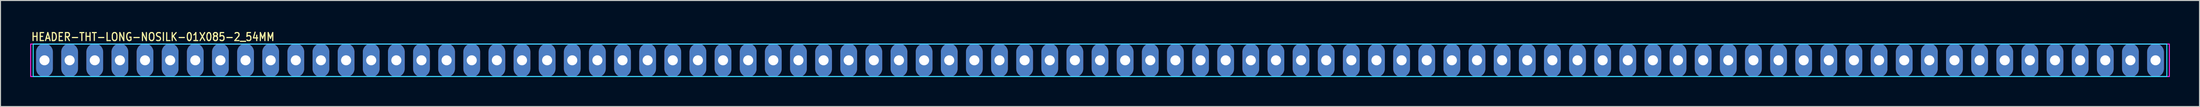
<source format=kicad_pcb>
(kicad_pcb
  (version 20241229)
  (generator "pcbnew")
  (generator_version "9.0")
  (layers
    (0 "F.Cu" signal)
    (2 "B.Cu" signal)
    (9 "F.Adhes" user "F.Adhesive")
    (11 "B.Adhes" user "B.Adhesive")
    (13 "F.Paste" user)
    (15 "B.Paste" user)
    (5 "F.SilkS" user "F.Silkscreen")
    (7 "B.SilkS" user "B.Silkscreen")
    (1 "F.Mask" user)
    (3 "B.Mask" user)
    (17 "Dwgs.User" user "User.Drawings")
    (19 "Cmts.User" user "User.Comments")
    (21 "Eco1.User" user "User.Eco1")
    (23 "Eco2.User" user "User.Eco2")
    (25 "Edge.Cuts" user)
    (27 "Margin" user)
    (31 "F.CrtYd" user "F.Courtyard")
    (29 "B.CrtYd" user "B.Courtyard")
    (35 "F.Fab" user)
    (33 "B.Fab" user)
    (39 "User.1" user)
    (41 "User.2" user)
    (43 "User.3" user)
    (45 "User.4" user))
  (footprint "HEADER-THT-LONG-NOSILK-01X085-2_54MM"
    (layer "F.Cu")
    (at 1.447 3.079)
    (property "Reference" "HEADER-THT-LONG-NOSILK-01X085-2_54MM" (at -1.4 -1.9 0) (unlocked yes) (layer "F.SilkS") (effects (font (size 0.813 0.695) (thickness 0.122)) (justify left bottom)))
    (fp_poly (pts (xy -1.143 -1.651) (xy 214.503 -1.651) (xy 214.503 1.651) (xy -1.143 1.651)) (stroke (width 0.1) (type solid)) (fill no) (layer "B.CrtYd"))
    (fp_poly (pts (xy -1.397 -1.651) (xy 214.757 -1.651) (xy 214.757 1.651) (xy -1.397 1.651)) (stroke (width 0.1) (type solid)) (fill no) (layer "F.CrtYd"))
    (pad "1" thru_hole oval (at 0 0 90) (size 3.387 1.693) (drill 1.016) (layers "*.Cu" "*.Mask"))
    (pad "2" thru_hole oval (at 2.54 0 90) (size 3.387 1.693) (drill 1.016) (layers "*.Cu" "*.Mask"))
    (pad "3" thru_hole oval (at 5.08 0 90) (size 3.387 1.693) (drill 1.016) (layers "*.Cu" "*.Mask"))
    (pad "4" thru_hole oval (at 7.62 0 90) (size 3.387 1.693) (drill 1.016) (layers "*.Cu" "*.Mask"))
    (pad "5" thru_hole oval (at 10.16 0 90) (size 3.387 1.693) (drill 1.016) (layers "*.Cu" "*.Mask"))
    (pad "6" thru_hole oval (at 12.7 0 90) (size 3.387 1.693) (drill 1.016) (layers "*.Cu" "*.Mask"))
    (pad "7" thru_hole oval (at 15.24 0 90) (size 3.387 1.693) (drill 1.016) (layers "*.Cu" "*.Mask"))
    (pad "8" thru_hole oval (at 17.78 0 90) (size 3.387 1.693) (drill 1.016) (layers "*.Cu" "*.Mask"))
    (pad "9" thru_hole oval (at 20.32 0 90) (size 3.387 1.693) (drill 1.016) (layers "*.Cu" "*.Mask"))
    (pad "10" thru_hole oval (at 22.86 0 90) (size 3.387 1.693) (drill 1.016) (layers "*.Cu" "*.Mask"))
    (pad "11" thru_hole oval (at 25.4 0 90) (size 3.387 1.693) (drill 1.016) (layers "*.Cu" "*.Mask"))
    (pad "12" thru_hole oval (at 27.94 0 90) (size 3.387 1.693) (drill 1.016) (layers "*.Cu" "*.Mask"))
    (pad "13" thru_hole oval (at 30.48 0 90) (size 3.387 1.693) (drill 1.016) (layers "*.Cu" "*.Mask"))
    (pad "14" thru_hole oval (at 33.02 0 90) (size 3.387 1.693) (drill 1.016) (layers "*.Cu" "*.Mask"))
    (pad "15" thru_hole oval (at 35.56 0 90) (size 3.387 1.693) (drill 1.016) (layers "*.Cu" "*.Mask"))
    (pad "16" thru_hole oval (at 38.1 0 90) (size 3.387 1.693) (drill 1.016) (layers "*.Cu" "*.Mask"))
    (pad "17" thru_hole oval (at 40.64 0 90) (size 3.387 1.693) (drill 1.016) (layers "*.Cu" "*.Mask"))
    (pad "18" thru_hole oval (at 43.18 0 90) (size 3.387 1.693) (drill 1.016) (layers "*.Cu" "*.Mask"))
    (pad "19" thru_hole oval (at 45.72 0 90) (size 3.387 1.693) (drill 1.016) (layers "*.Cu" "*.Mask"))
    (pad "20" thru_hole oval (at 48.26 0 90) (size 3.387 1.693) (drill 1.016) (layers "*.Cu" "*.Mask"))
    (pad "21" thru_hole oval (at 50.8 0 90) (size 3.387 1.693) (drill 1.016) (layers "*.Cu" "*.Mask"))
    (pad "22" thru_hole oval (at 53.34 0 90) (size 3.387 1.693) (drill 1.016) (layers "*.Cu" "*.Mask"))
    (pad "23" thru_hole oval (at 55.88 0 90) (size 3.387 1.693) (drill 1.016) (layers "*.Cu" "*.Mask"))
    (pad "24" thru_hole oval (at 58.42 0 90) (size 3.387 1.693) (drill 1.016) (layers "*.Cu" "*.Mask"))
    (pad "25" thru_hole oval (at 60.96 0 90) (size 3.387 1.693) (drill 1.016) (layers "*.Cu" "*.Mask"))
    (pad "26" thru_hole oval (at 63.5 0 90) (size 3.387 1.693) (drill 1.016) (layers "*.Cu" "*.Mask"))
    (pad "27" thru_hole oval (at 66.04 0 90) (size 3.387 1.693) (drill 1.016) (layers "*.Cu" "*.Mask"))
    (pad "28" thru_hole oval (at 68.58 0 90) (size 3.387 1.693) (drill 1.016) (layers "*.Cu" "*.Mask"))
    (pad "29" thru_hole oval (at 71.12 0 90) (size 3.387 1.693) (drill 1.016) (layers "*.Cu" "*.Mask"))
    (pad "30" thru_hole oval (at 73.66 0 90) (size 3.387 1.693) (drill 1.016) (layers "*.Cu" "*.Mask"))
    (pad "31" thru_hole oval (at 76.2 0 90) (size 3.387 1.693) (drill 1.016) (layers "*.Cu" "*.Mask"))
    (pad "32" thru_hole oval (at 78.74 0 90) (size 3.387 1.693) (drill 1.016) (layers "*.Cu" "*.Mask"))
    (pad "33" thru_hole oval (at 81.28 0 90) (size 3.387 1.693) (drill 1.016) (layers "*.Cu" "*.Mask"))
    (pad "34" thru_hole oval (at 83.82 0 90) (size 3.387 1.693) (drill 1.016) (layers "*.Cu" "*.Mask"))
    (pad "35" thru_hole oval (at 86.36 0 90) (size 3.387 1.693) (drill 1.016) (layers "*.Cu" "*.Mask"))
    (pad "36" thru_hole oval (at 88.9 0 90) (size 3.387 1.693) (drill 1.016) (layers "*.Cu" "*.Mask"))
    (pad "37" thru_hole oval (at 91.44 0 90) (size 3.387 1.693) (drill 1.016) (layers "*.Cu" "*.Mask"))
    (pad "38" thru_hole oval (at 93.98 0 90) (size 3.387 1.693) (drill 1.016) (layers "*.Cu" "*.Mask"))
    (pad "39" thru_hole oval (at 96.52 0 90) (size 3.387 1.693) (drill 1.016) (layers "*.Cu" "*.Mask"))
    (pad "40" thru_hole oval (at 99.06 0 90) (size 3.387 1.693) (drill 1.016) (layers "*.Cu" "*.Mask"))
    (pad "41" thru_hole oval (at 101.6 0 90) (size 3.387 1.693) (drill 1.016) (layers "*.Cu" "*.Mask"))
    (pad "42" thru_hole oval (at 104.14 0 90) (size 3.387 1.693) (drill 1.016) (layers "*.Cu" "*.Mask"))
    (pad "43" thru_hole oval (at 106.68 0 90) (size 3.387 1.693) (drill 1.016) (layers "*.Cu" "*.Mask"))
    (pad "44" thru_hole oval (at 109.22 0 90) (size 3.387 1.693) (drill 1.016) (layers "*.Cu" "*.Mask"))
    (pad "45" thru_hole oval (at 111.76 0 90) (size 3.387 1.693) (drill 1.016) (layers "*.Cu" "*.Mask"))
    (pad "46" thru_hole oval (at 114.3 0 90) (size 3.387 1.693) (drill 1.016) (layers "*.Cu" "*.Mask"))
    (pad "47" thru_hole oval (at 116.84 0 90) (size 3.387 1.693) (drill 1.016) (layers "*.Cu" "*.Mask"))
    (pad "48" thru_hole oval (at 119.38 0 90) (size 3.387 1.693) (drill 1.016) (layers "*.Cu" "*.Mask"))
    (pad "49" thru_hole oval (at 121.92 0 90) (size 3.387 1.693) (drill 1.016) (layers "*.Cu" "*.Mask"))
    (pad "50" thru_hole oval (at 124.46 0 90) (size 3.387 1.693) (drill 1.016) (layers "*.Cu" "*.Mask"))
    (pad "51" thru_hole oval (at 127 0 90) (size 3.387 1.693) (drill 1.016) (layers "*.Cu" "*.Mask"))
    (pad "52" thru_hole oval (at 129.54 0 90) (size 3.387 1.693) (drill 1.016) (layers "*.Cu" "*.Mask"))
    (pad "53" thru_hole oval (at 132.08 0 90) (size 3.387 1.693) (drill 1.016) (layers "*.Cu" "*.Mask"))
    (pad "54" thru_hole oval (at 134.62 0 90) (size 3.387 1.693) (drill 1.016) (layers "*.Cu" "*.Mask"))
    (pad "55" thru_hole oval (at 137.16 0 90) (size 3.387 1.693) (drill 1.016) (layers "*.Cu" "*.Mask"))
    (pad "56" thru_hole oval (at 139.7 0 90) (size 3.387 1.693) (drill 1.016) (layers "*.Cu" "*.Mask"))
    (pad "57" thru_hole oval (at 142.24 0 90) (size 3.387 1.693) (drill 1.016) (layers "*.Cu" "*.Mask"))
    (pad "58" thru_hole oval (at 144.78 0 90) (size 3.387 1.693) (drill 1.016) (layers "*.Cu" "*.Mask"))
    (pad "59" thru_hole oval (at 147.32 0 90) (size 3.387 1.693) (drill 1.016) (layers "*.Cu" "*.Mask"))
    (pad "60" thru_hole oval (at 149.86 0 90) (size 3.387 1.693) (drill 1.016) (layers "*.Cu" "*.Mask"))
    (pad "61" thru_hole oval (at 152.4 0 90) (size 3.387 1.693) (drill 1.016) (layers "*.Cu" "*.Mask"))
    (pad "62" thru_hole oval (at 154.94 0 90) (size 3.387 1.693) (drill 1.016) (layers "*.Cu" "*.Mask"))
    (pad "63" thru_hole oval (at 157.48 0 90) (size 3.387 1.693) (drill 1.016) (layers "*.Cu" "*.Mask"))
    (pad "64" thru_hole oval (at 160.02 0 90) (size 3.387 1.693) (drill 1.016) (layers "*.Cu" "*.Mask"))
    (pad "65" thru_hole oval (at 162.56 0 90) (size 3.387 1.693) (drill 1.016) (layers "*.Cu" "*.Mask"))
    (pad "66" thru_hole oval (at 165.1 0 90) (size 3.387 1.693) (drill 1.016) (layers "*.Cu" "*.Mask"))
    (pad "67" thru_hole oval (at 167.64 0 90) (size 3.387 1.693) (drill 1.016) (layers "*.Cu" "*.Mask"))
    (pad "68" thru_hole oval (at 170.18 0 90) (size 3.387 1.693) (drill 1.016) (layers "*.Cu" "*.Mask"))
    (pad "69" thru_hole oval (at 172.72 0 90) (size 3.387 1.693) (drill 1.016) (layers "*.Cu" "*.Mask"))
    (pad "70" thru_hole oval (at 175.26 0 90) (size 3.387 1.693) (drill 1.016) (layers "*.Cu" "*.Mask"))
    (pad "71" thru_hole oval (at 177.8 0 90) (size 3.387 1.693) (drill 1.016) (layers "*.Cu" "*.Mask"))
    (pad "72" thru_hole oval (at 180.34 0 90) (size 3.387 1.693) (drill 1.016) (layers "*.Cu" "*.Mask"))
    (pad "73" thru_hole oval (at 182.88 0 90) (size 3.387 1.693) (drill 1.016) (layers "*.Cu" "*.Mask"))
    (pad "74" thru_hole oval (at 185.42 0 90) (size 3.387 1.693) (drill 1.016) (layers "*.Cu" "*.Mask"))
    (pad "75" thru_hole oval (at 187.96 0 90) (size 3.387 1.693) (drill 1.016) (layers "*.Cu" "*.Mask"))
    (pad "76" thru_hole oval (at 190.5 0 90) (size 3.387 1.693) (drill 1.016) (layers "*.Cu" "*.Mask"))
    (pad "77" thru_hole oval (at 193.04 0 90) (size 3.387 1.693) (drill 1.016) (layers "*.Cu" "*.Mask"))
    (pad "78" thru_hole oval (at 195.58 0 90) (size 3.387 1.693) (drill 1.016) (layers "*.Cu" "*.Mask"))
    (pad "79" thru_hole oval (at 198.12 0 90) (size 3.387 1.693) (drill 1.016) (layers "*.Cu" "*.Mask"))
    (pad "80" thru_hole oval (at 200.66 0 90) (size 3.387 1.693) (drill 1.016) (layers "*.Cu" "*.Mask"))
    (pad "81" thru_hole oval (at 203.2 0 90) (size 3.387 1.693) (drill 1.016) (layers "*.Cu" "*.Mask"))
    (pad "82" thru_hole oval (at 205.74 0 90) (size 3.387 1.693) (drill 1.016) (layers "*.Cu" "*.Mask"))
    (pad "83" thru_hole oval (at 208.28 0 90) (size 3.387 1.693) (drill 1.016) (layers "*.Cu" "*.Mask"))
    (pad "84" thru_hole oval (at 210.82 0 90) (size 3.387 1.693) (drill 1.016) (layers "*.Cu" "*.Mask"))
    (pad "85" thru_hole oval (at 213.36 0 90) (size 3.387 1.693) (drill 1.016) (layers "*.Cu" "*.Mask")))
  (gr_rect
    (start -3 -3)
    (end 219.254 7.78)
    (stroke (width 0.1) (type default))
    (fill no)
    (layer "Edge.Cuts")))
</source>
